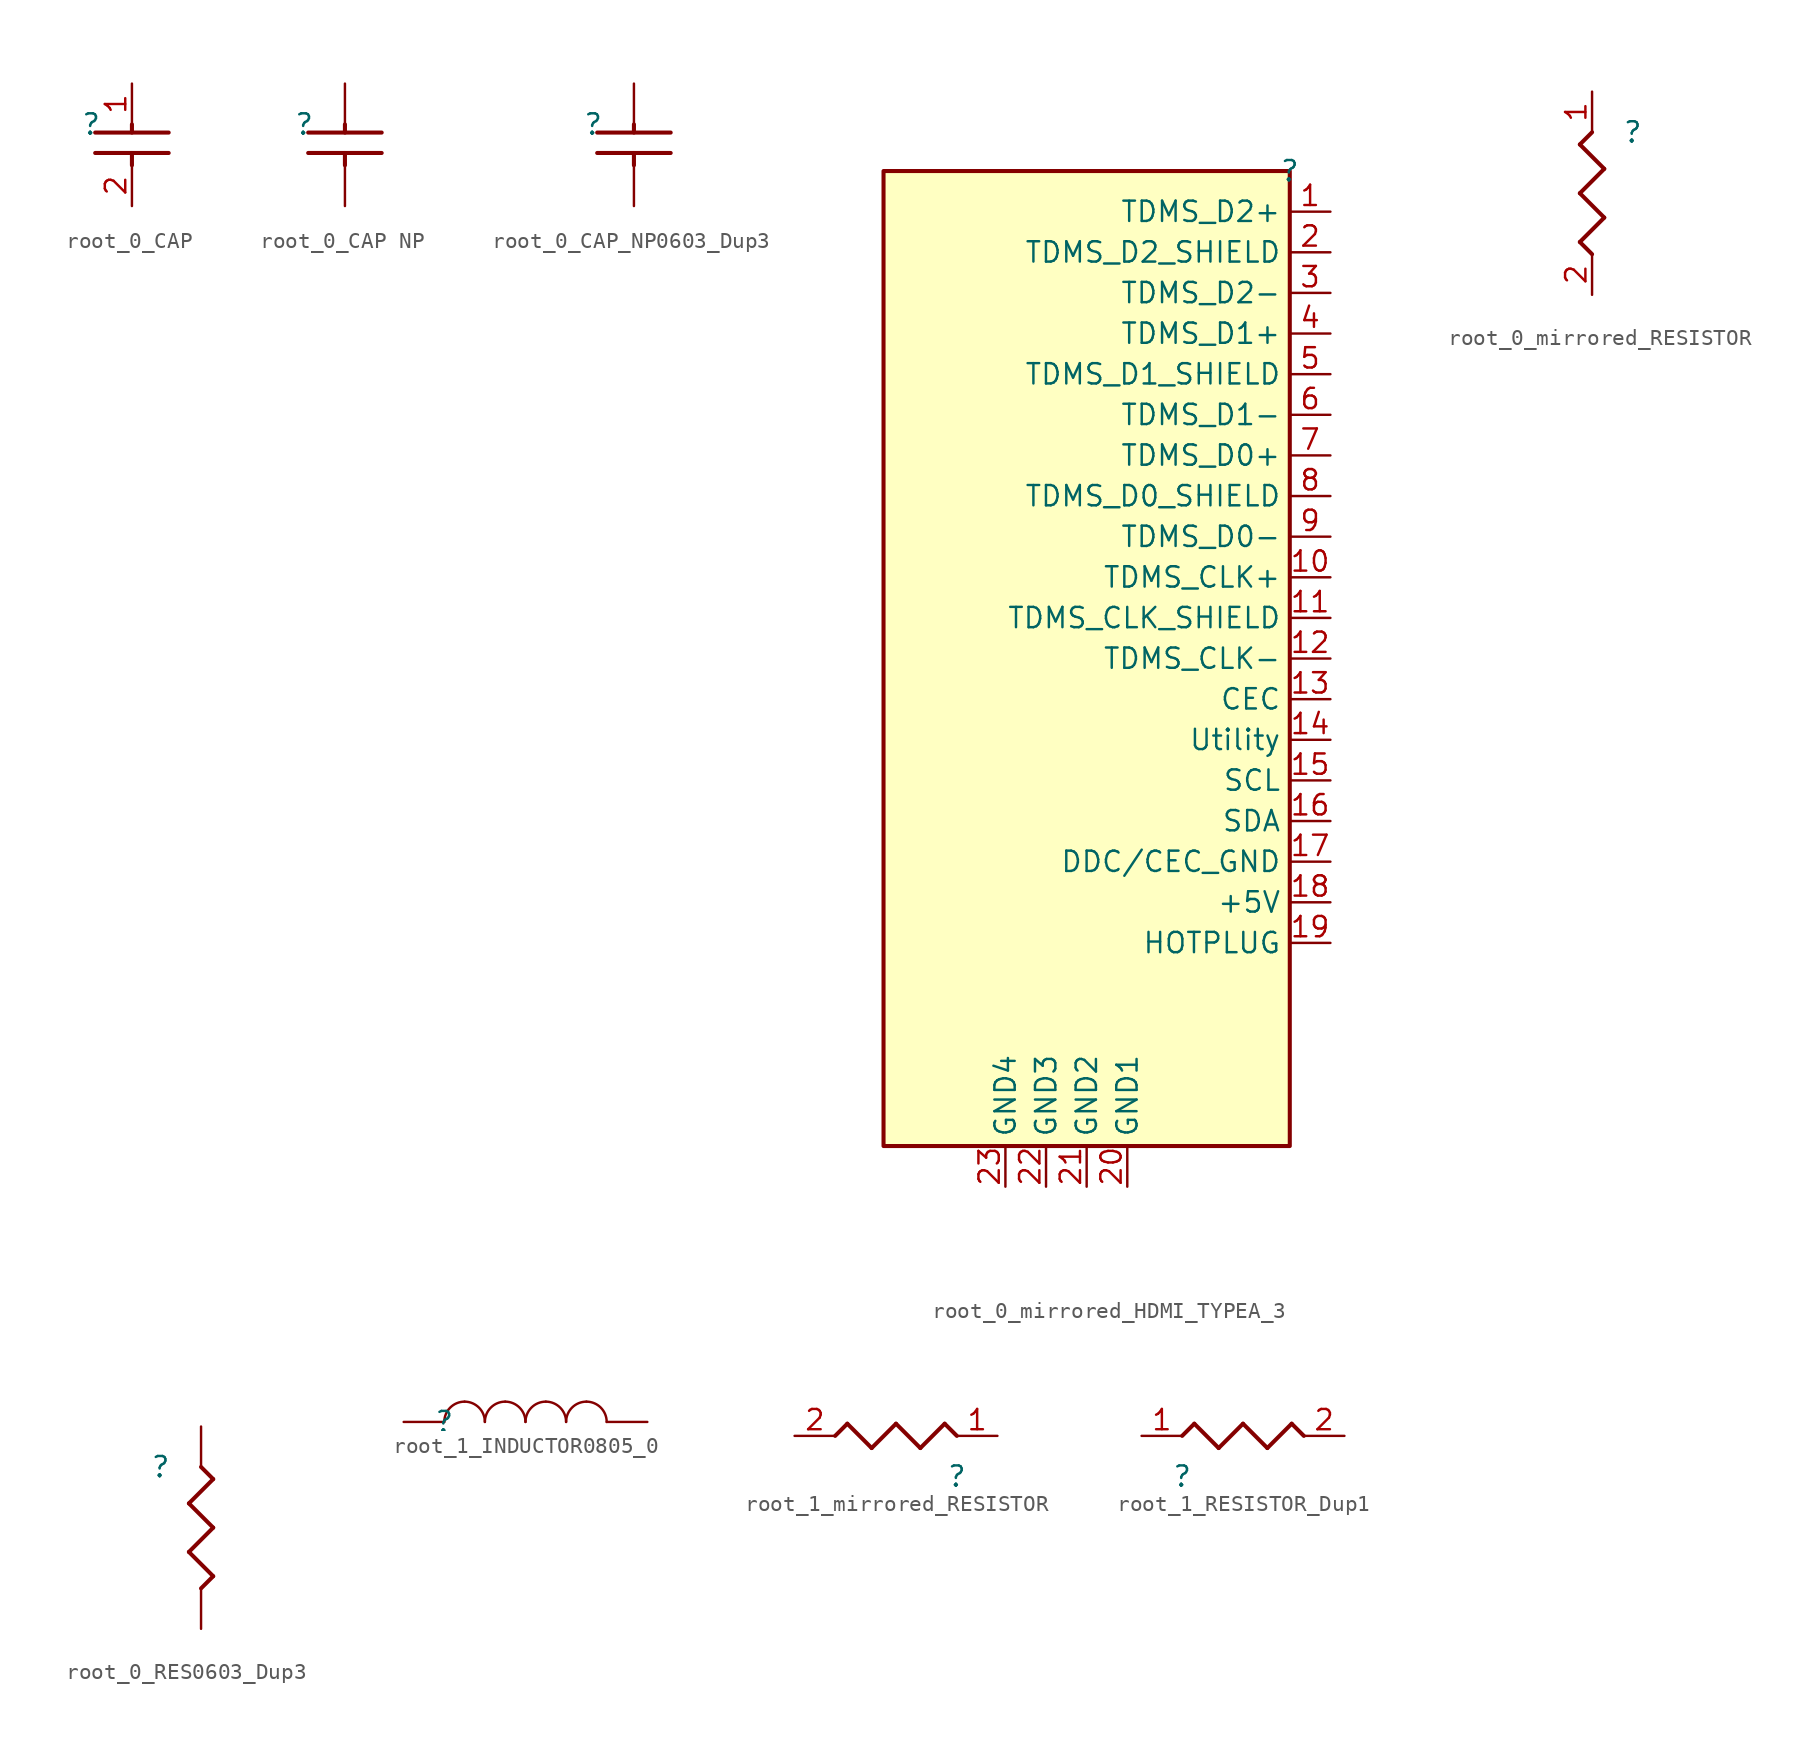
<source format=kicad_sym>
(kicad_symbol_lib
  (version 20220914)
  (generator kicad_symbol_editor)
  (symbol "root_0_CAP"
    (property "Reference" ""
      (at 0 0 0)
      (effects (font (size 1.27 1.27))))
    (property "Value" ""
      (at 0 0 0)
      (effects (font (size 1.27 1.27))))
    (symbol "root_0_CAP_1_0"
      (polyline (pts (xy 0.254 -1.778) (xy 4.826 -1.778)) (stroke (width 0.254) (type solid)) (fill (type none)))
      (polyline (pts (xy 0.254 -0.508) (xy 4.826 -0.508)) (stroke (width 0.254) (type solid)) (fill (type none)))
      (polyline (pts (xy 2.54 -2.54) (xy 2.54 -1.778)) (stroke (width 0.254) (type solid)) (fill (type none)))
      (polyline (pts (xy 2.54 0) (xy 2.54 -0.508)) (stroke (width 0.254) (type solid)) (fill (type none)))
      (pin passive line (at 2.54 2.54 270) (length 2.54) (name "1" (effects (font (size 0 0)))) (number "1" (effects (font (size 1.27 1.27)))))
      (pin passive line (at 2.54 -5.08 90) (length 2.54) (name "2" (effects (font (size 0 0)))) (number "2" (effects (font (size 1.27 1.27)))))))
  (symbol "root_0_CAP NP"
    (property "Reference" ""
      (at 0 0 0)
      (effects (font (size 1.27 1.27))))
    (property "Value" ""
      (at 0 0 0)
      (effects (font (size 1.27 1.27))))
    (symbol "root_0_CAP NP_1_0"
      (polyline (pts (xy 0.254 -1.778) (xy 4.826 -1.778)) (stroke (width 0.254) (type solid)) (fill (type none)))
      (polyline (pts (xy 0.254 -0.508) (xy 4.826 -0.508)) (stroke (width 0.254) (type solid)) (fill (type none)))
      (polyline (pts (xy 2.54 -2.54) (xy 2.54 -1.778)) (stroke (width 0.254) (type solid)) (fill (type none)))
      (polyline (pts (xy 2.54 0) (xy 2.54 -0.508)) (stroke (width 0.254) (type solid)) (fill (type none)))
      (pin passive line (at 2.54 2.54 270) (length 2.54) (name "1" (effects (font (size 0 0)))) (number "1" (effects (font (size 0 0)))))
      (pin passive line (at 2.54 -5.08 90) (length 2.54) (name "2" (effects (font (size 0 0)))) (number "2" (effects (font (size 0 0)))))))
  (symbol "root_0_CAP_NP0603_Dup3"
    (property "Reference" ""
      (at 0 0 0)
      (effects (font (size 1.27 1.27))))
    (property "Value" ""
      (at 0 0 0)
      (effects (font (size 1.27 1.27))))
    (symbol "root_0_CAP_NP0603_Dup3_1_0"
      (polyline (pts (xy 0.254 -1.778) (xy 4.826 -1.778)) (stroke (width 0.254) (type solid)) (fill (type none)))
      (polyline (pts (xy 0.254 -0.508) (xy 4.826 -0.508)) (stroke (width 0.254) (type solid)) (fill (type none)))
      (polyline (pts (xy 2.54 -2.54) (xy 2.54 -1.778)) (stroke (width 0.254) (type solid)) (fill (type none)))
      (polyline (pts (xy 2.54 0) (xy 2.54 -0.508)) (stroke (width 0.254) (type solid)) (fill (type none)))
      (pin passive line (at 2.54 2.54 270) (length 2.54) (name "1" (effects (font (size 0 0)))) (number "1" (effects (font (size 0 0)))))
      (pin passive line (at 2.54 -5.08 90) (length 2.54) (name "2" (effects (font (size 0 0)))) (number "2" (effects (font (size 0 0)))))))
  (symbol "root_0_mirrored_HDMI_TYPEA_3"
    (property "Reference" ""
      (at 0 0 0)
      (effects (font (size 1.27 1.27))))
    (property "Value" ""
      (at 0 0 0)
      (effects (font (size 1.27 1.27))))
    (symbol "root_0_mirrored_HDMI_TYPEA_3_1_0"
      (rectangle (start 0 0) (end -25.4 -60.96) (stroke (width 0.254) (type solid)) (fill (type background)))
      (pin passive line (at 2.54 -2.54 180) (length 2.54) (name "TDMS_D2+" (effects (font (size 1.27 1.27)))) (number "1" (effects (font (size 1.27 1.27)))))
      (pin passive line (at 2.54 -25.4 180) (length 2.54) (name "TDMS_CLK+" (effects (font (size 1.27 1.27)))) (number "10" (effects (font (size 1.27 1.27)))))
      (pin passive line (at 2.54 -27.94 180) (length 2.54) (name "TDMS_CLK_SHIELD" (effects (font (size 1.27 1.27)))) (number "11" (effects (font (size 1.27 1.27)))))
      (pin passive line (at 2.54 -30.48 180) (length 2.54) (name "TDMS_CLK-" (effects (font (size 1.27 1.27)))) (number "12" (effects (font (size 1.27 1.27)))))
      (pin bidirectional line (at 2.54 -33.02 180) (length 2.54) (name "CEC" (effects (font (size 1.27 1.27)))) (number "13" (effects (font (size 1.27 1.27)))))
      (pin passive line (at 2.54 -35.56 180) (length 2.54) (name "Utility" (effects (font (size 1.27 1.27)))) (number "14" (effects (font (size 1.27 1.27)))))
      (pin open_collector line (at 2.54 -38.1 180) (length 2.54) (name "SCL" (effects (font (size 1.27 1.27)))) (number "15" (effects (font (size 1.27 1.27)))))
      (pin open_collector line (at 2.54 -40.64 180) (length 2.54) (name "SDA" (effects (font (size 1.27 1.27)))) (number "16" (effects (font (size 1.27 1.27)))))
      (pin power_in line (at 2.54 -43.18 180) (length 2.54) (name "DDC/CEC_GND" (effects (font (size 1.27 1.27)))) (number "17" (effects (font (size 1.27 1.27)))))
      (pin power_in line (at 2.54 -45.72 180) (length 2.54) (name "+5V" (effects (font (size 1.27 1.27)))) (number "18" (effects (font (size 1.27 1.27)))))
      (pin bidirectional line (at 2.54 -48.26 180) (length 2.54) (name "HOTPLUG" (effects (font (size 1.27 1.27)))) (number "19" (effects (font (size 1.27 1.27)))))
      (pin passive line (at 2.54 -5.08 180) (length 2.54) (name "TDMS_D2_SHIELD" (effects (font (size 1.27 1.27)))) (number "2" (effects (font (size 1.27 1.27)))))
      (pin power_in line (at -10.16 -63.5 90) (length 2.54) (name "GND1" (effects (font (size 1.27 1.27)))) (number "20" (effects (font (size 1.27 1.27)))))
      (pin power_in line (at -12.7 -63.5 90) (length 2.54) (name "GND2" (effects (font (size 1.27 1.27)))) (number "21" (effects (font (size 1.27 1.27)))))
      (pin power_in line (at -15.24 -63.5 90) (length 2.54) (name "GND3" (effects (font (size 1.27 1.27)))) (number "22" (effects (font (size 1.27 1.27)))))
      (pin power_in line (at -17.78 -63.5 90) (length 2.54) (name "GND4" (effects (font (size 1.27 1.27)))) (number "23" (effects (font (size 1.27 1.27)))))
      (pin passive line (at 2.54 -7.62 180) (length 2.54) (name "TDMS_D2-" (effects (font (size 1.27 1.27)))) (number "3" (effects (font (size 1.27 1.27)))))
      (pin passive line (at 2.54 -10.16 180) (length 2.54) (name "TDMS_D1+" (effects (font (size 1.27 1.27)))) (number "4" (effects (font (size 1.27 1.27)))))
      (pin passive line (at 2.54 -12.7 180) (length 2.54) (name "TDMS_D1_SHIELD" (effects (font (size 1.27 1.27)))) (number "5" (effects (font (size 1.27 1.27)))))
      (pin passive line (at 2.54 -15.24 180) (length 2.54) (name "TDMS_D1-" (effects (font (size 1.27 1.27)))) (number "6" (effects (font (size 1.27 1.27)))))
      (pin passive line (at 2.54 -17.78 180) (length 2.54) (name "TDMS_D0+" (effects (font (size 1.27 1.27)))) (number "7" (effects (font (size 1.27 1.27)))))
      (pin passive line (at 2.54 -20.32 180) (length 2.54) (name "TDMS_D0_SHIELD" (effects (font (size 1.27 1.27)))) (number "8" (effects (font (size 1.27 1.27)))))
      (pin passive line (at 2.54 -22.86 180) (length 2.54) (name "TDMS_D0-" (effects (font (size 1.27 1.27)))) (number "9" (effects (font (size 1.27 1.27)))))))
  (symbol "root_0_mirrored_RESISTOR"
    (property "Reference" ""
      (at 0 0 0)
      (effects (font (size 1.27 1.27))))
    (property "Value" ""
      (at 0 0 0)
      (effects (font (size 1.27 1.27))))
    (symbol "root_0_mirrored_RESISTOR_1_0"
      (polyline (pts (xy -3.302 -6.858) (xy -2.54 -7.62)) (stroke (width 0.254) (type solid)) (fill (type none)))
      (polyline (pts (xy -3.302 -3.81) (xy -1.778 -5.334)) (stroke (width 0.254) (type solid)) (fill (type none)))
      (polyline (pts (xy -3.302 -0.762) (xy -1.778 -2.286)) (stroke (width 0.254) (type solid)) (fill (type none)))
      (polyline (pts (xy -2.54 0) (xy -3.302 -0.762)) (stroke (width 0.254) (type solid)) (fill (type none)))
      (polyline (pts (xy -1.778 -5.334) (xy -3.302 -6.858)) (stroke (width 0.254) (type solid)) (fill (type none)))
      (polyline (pts (xy -1.778 -2.286) (xy -3.302 -3.81)) (stroke (width 0.254) (type solid)) (fill (type none)))
      (pin passive line (at -2.54 2.54 270) (length 2.54) (name "1" (effects (font (size 0 0)))) (number "1" (effects (font (size 1.27 1.27)))))
      (pin passive line (at -2.54 -10.16 90) (length 2.54) (name "2" (effects (font (size 0 0)))) (number "2" (effects (font (size 1.27 1.27)))))))
  (symbol "root_0_RES0603_Dup3"
    (property "Reference" ""
      (at 0 0 0)
      (effects (font (size 1.27 1.27))))
    (property "Value" ""
      (at 0 0 0)
      (effects (font (size 1.27 1.27))))
    (symbol "root_0_RES0603_Dup3_1_0"
      (polyline (pts (xy 1.778 -5.334) (xy 3.302 -6.858)) (stroke (width 0.254) (type solid)) (fill (type none)))
      (polyline (pts (xy 1.778 -2.286) (xy 3.302 -3.81)) (stroke (width 0.254) (type solid)) (fill (type none)))
      (polyline (pts (xy 2.54 0) (xy 3.302 -0.762)) (stroke (width 0.254) (type solid)) (fill (type none)))
      (polyline (pts (xy 3.302 -6.858) (xy 2.54 -7.62)) (stroke (width 0.254) (type solid)) (fill (type none)))
      (polyline (pts (xy 3.302 -3.81) (xy 1.778 -5.334)) (stroke (width 0.254) (type solid)) (fill (type none)))
      (polyline (pts (xy 3.302 -0.762) (xy 1.778 -2.286)) (stroke (width 0.254) (type solid)) (fill (type none)))
      (pin passive line (at 2.54 2.54 270) (length 2.54) (name "1" (effects (font (size 0 0)))) (number "1" (effects (font (size 0 0)))))
      (pin passive line (at 2.54 -10.16 90) (length 2.54) (name "2" (effects (font (size 0 0)))) (number "2" (effects (font (size 0 0)))))))
  (symbol "root_1_INDUCTOR0805_0"
    (property "Reference" ""
      (at 0 0 0)
      (effects (font (size 1.27 1.27))))
    (property "Value" ""
      (at 0 0 0)
      (effects (font (size 1.27 1.27))))
    (symbol "root_1_INDUCTOR0805_0_1_0"
      (arc (start 1.27 1.27) (mid 0.372 0.898) (end 0 0) (stroke (width 0) (type solid)) (fill (type none)))
      (arc (start 2.54 0) (mid 2.168 0.898) (end 1.27 1.27) (stroke (width 0) (type solid)) (fill (type none)))
      (arc (start 3.81 1.27) (mid 2.912 0.898) (end 2.54 0) (stroke (width 0) (type solid)) (fill (type none)))
      (arc (start 5.08 0) (mid 4.708 0.898) (end 3.81 1.27) (stroke (width 0) (type solid)) (fill (type none)))
      (arc (start 6.35 1.27) (mid 5.452 0.898) (end 5.08 0) (stroke (width 0) (type solid)) (fill (type none)))
      (arc (start 7.62 0) (mid 7.248 0.898) (end 6.35 1.27) (stroke (width 0) (type solid)) (fill (type none)))
      (arc (start 8.89 1.27) (mid 7.992 0.898) (end 7.62 0) (stroke (width 0) (type solid)) (fill (type none)))
      (arc (start 10.16 0) (mid 9.788 0.898) (end 8.89 1.27) (stroke (width 0) (type solid)) (fill (type none)))
      (pin passive line (at -2.54 0 0) (length 2.54) (name "1" (effects (font (size 0 0)))) (number "1" (effects (font (size 0 0)))))
      (pin passive line (at 12.7 0 180) (length 2.54) (name "2" (effects (font (size 0 0)))) (number "2" (effects (font (size 0 0)))))))
  (symbol "root_1_mirrored_RESISTOR"
    (property "Reference" ""
      (at 0 0 0)
      (effects (font (size 1.27 1.27))))
    (property "Value" ""
      (at 0 0 0)
      (effects (font (size 1.27 1.27))))
    (symbol "root_1_mirrored_RESISTOR_1_0"
      (polyline (pts (xy -6.858 3.302) (xy -7.62 2.54)) (stroke (width 0.254) (type solid)) (fill (type none)))
      (polyline (pts (xy -5.334 1.778) (xy -6.858 3.302)) (stroke (width 0.254) (type solid)) (fill (type none)))
      (polyline (pts (xy -3.81 3.302) (xy -5.334 1.778)) (stroke (width 0.254) (type solid)) (fill (type none)))
      (polyline (pts (xy -2.286 1.778) (xy -3.81 3.302)) (stroke (width 0.254) (type solid)) (fill (type none)))
      (polyline (pts (xy -0.762 3.302) (xy -2.286 1.778)) (stroke (width 0.254) (type solid)) (fill (type none)))
      (polyline (pts (xy 0 2.54) (xy -0.762 3.302)) (stroke (width 0.254) (type solid)) (fill (type none)))
      (pin passive line (at 2.54 2.54 180) (length 2.54) (name "1" (effects (font (size 0 0)))) (number "1" (effects (font (size 1.27 1.27)))))
      (pin passive line (at -10.16 2.54 0) (length 2.54) (name "2" (effects (font (size 0 0)))) (number "2" (effects (font (size 1.27 1.27)))))))
  (symbol "root_1_RESISTOR_Dup1"
    (property "Reference" ""
      (at 0 0 0)
      (effects (font (size 1.27 1.27))))
    (property "Value" ""
      (at 0 0 0)
      (effects (font (size 1.27 1.27))))
    (symbol "root_1_RESISTOR_Dup1_1_0"
      (polyline (pts (xy 0 2.54) (xy 0.762 3.302)) (stroke (width 0.254) (type solid)) (fill (type none)))
      (polyline (pts (xy 0.762 3.302) (xy 2.286 1.778)) (stroke (width 0.254) (type solid)) (fill (type none)))
      (polyline (pts (xy 2.286 1.778) (xy 3.81 3.302)) (stroke (width 0.254) (type solid)) (fill (type none)))
      (polyline (pts (xy 3.81 3.302) (xy 5.334 1.778)) (stroke (width 0.254) (type solid)) (fill (type none)))
      (polyline (pts (xy 5.334 1.778) (xy 6.858 3.302)) (stroke (width 0.254) (type solid)) (fill (type none)))
      (polyline (pts (xy 6.858 3.302) (xy 7.62 2.54)) (stroke (width 0.254) (type solid)) (fill (type none)))
      (pin passive line (at -2.54 2.54 0) (length 2.54) (name "1" (effects (font (size 0 0)))) (number "1" (effects (font (size 1.27 1.27)))))
      (pin passive line (at 10.16 2.54 180) (length 2.54) (name "2" (effects (font (size 0 0)))) (number "2" (effects (font (size 1.27 1.27))))))))
</source>
